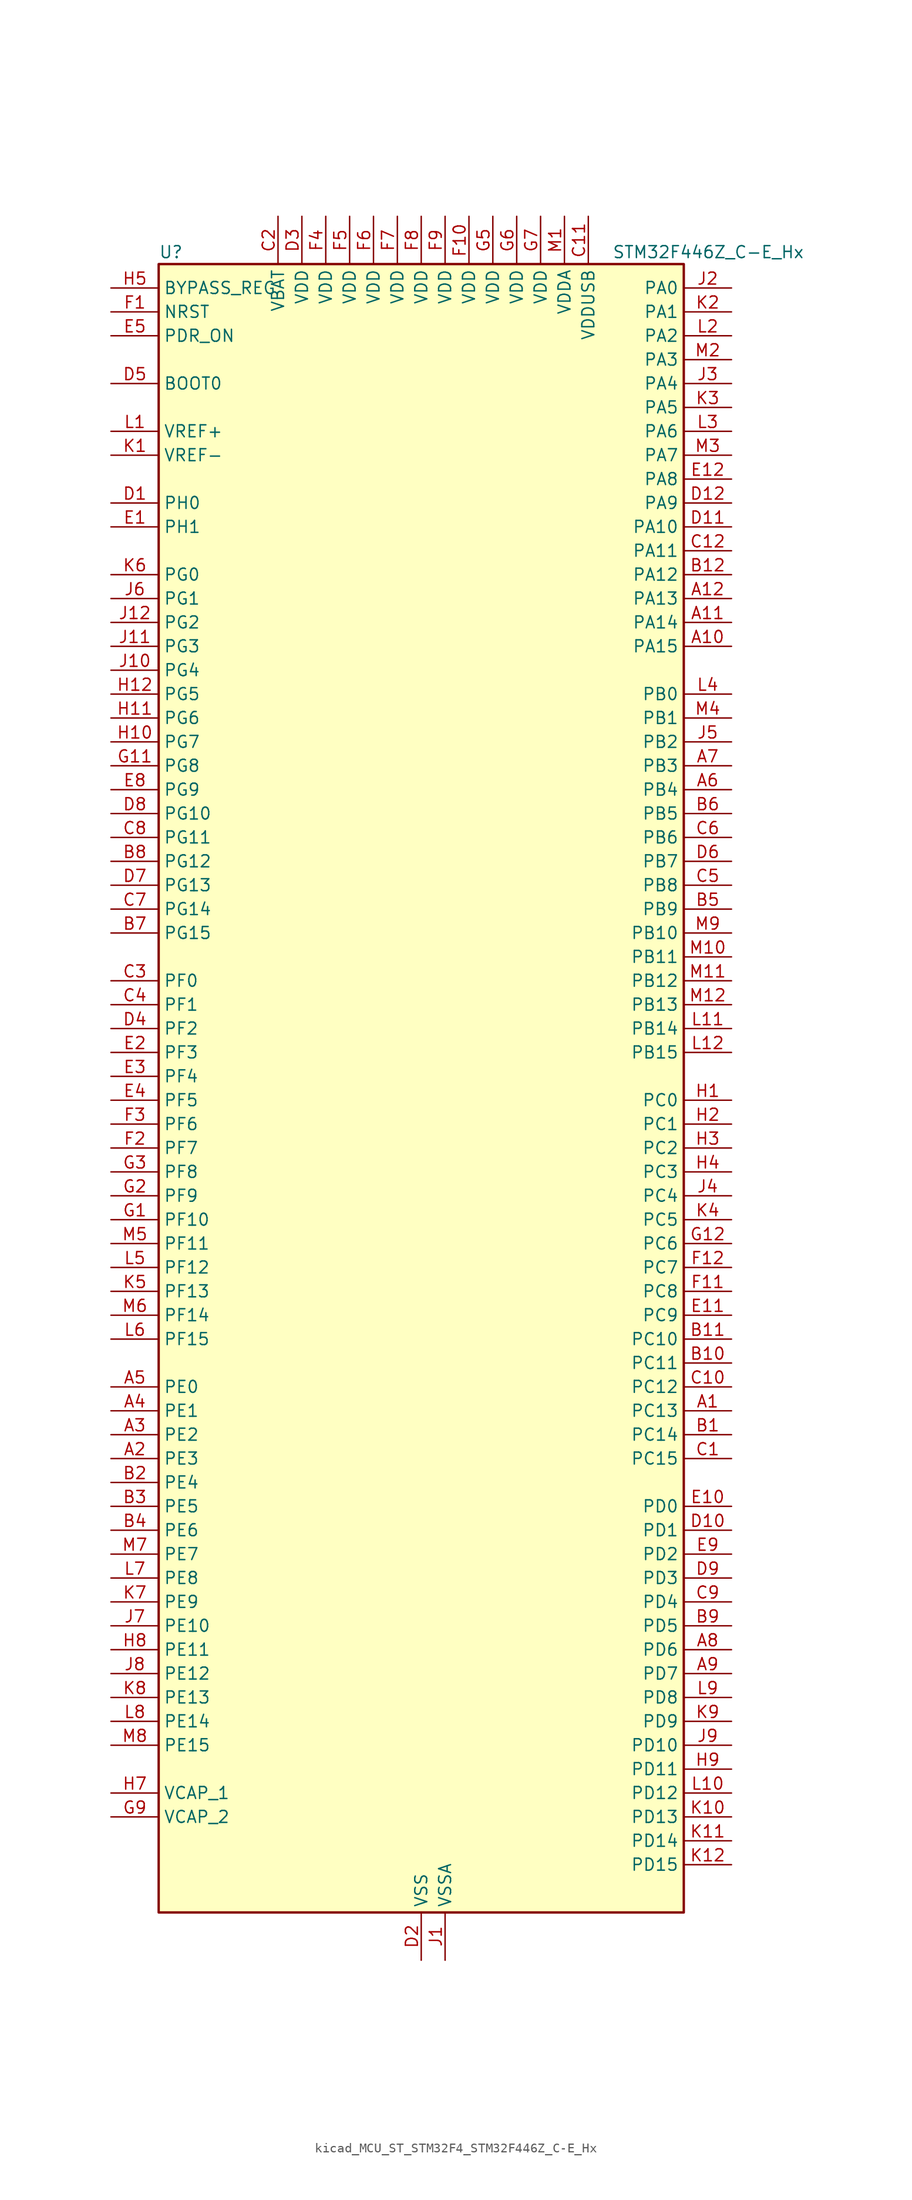
<source format=kicad_sym>
(kicad_symbol_lib
  (version 20220914)
  (generator kicad_symbol_editor)
  (symbol "kicad_MCU_ST_STM32F4_STM32F446Z_C-E_Hx"
    (property "Reference" "U"
      (at -27.94 90.17 0)
      (effects (font (size 1.27 1.27)) (justify left)))
    (property "Value" "STM32F446Z_C-E_Hx"
      (at 20.32 90.17 0)
      (effects (font (size 1.27 1.27)) (justify left)))
    (property "ki_locked" ""
      (at 0 0 0)
      (effects (font (size 1.27 1.27))))
    (symbol "kicad_MCU_ST_STM32F4_STM32F446Z_C-E_Hx_0_1"
      (rectangle (start -27.94 -86.36) (end 27.94 88.9) (stroke (width 0.254) (type default)) (fill (type background))))
    (symbol "kicad_MCU_ST_STM32F4_STM32F446Z_C-E_Hx_1_1"
      (pin bidirectional line (at 33.02 -33.02 180) (length 5.08) (name "PC13" (effects (font (size 1.27 1.27)))) (number "A1" (effects (font (size 1.27 1.27)))) (alternate "RTC_AF1" bidirectional line) (alternate "SYS_WKUP1" bidirectional line))
      (pin bidirectional line (at 33.02 48.26 180) (length 5.08) (name "PA15" (effects (font (size 1.27 1.27)))) (number "A10" (effects (font (size 1.27 1.27)))) (alternate "ADC1_EXTI15" bidirectional line) (alternate "ADC2_EXTI15" bidirectional line) (alternate "ADC3_EXTI15" bidirectional line) (alternate "CEC" bidirectional line) (alternate "I2S1_WS" bidirectional line) (alternate "I2S3_WS" bidirectional line) (alternate "SPI1_NSS" bidirectional line) (alternate "SPI3_NSS" bidirectional line) (alternate "SYS_JTDI" bidirectional line) (alternate "TIM2_CH1" bidirectional line) (alternate "TIM2_ETR" bidirectional line) (alternate "UART4_RTS" bidirectional line))
      (pin bidirectional line (at 33.02 50.8 180) (length 5.08) (name "PA14" (effects (font (size 1.27 1.27)))) (number "A11" (effects (font (size 1.27 1.27)))) (alternate "SYS_JTCK-SWCLK" bidirectional line))
      (pin bidirectional line (at 33.02 53.34 180) (length 5.08) (name "PA13" (effects (font (size 1.27 1.27)))) (number "A12" (effects (font (size 1.27 1.27)))) (alternate "SYS_JTMS-SWDIO" bidirectional line))
      (pin bidirectional line (at -33.02 -38.1 0) (length 5.08) (name "PE3" (effects (font (size 1.27 1.27)))) (number "A2" (effects (font (size 1.27 1.27)))) (alternate "FMC_A19" bidirectional line) (alternate "SAI1_SD_B" bidirectional line) (alternate "SYS_TRACED0" bidirectional line))
      (pin bidirectional line (at -33.02 -35.56 0) (length 5.08) (name "PE2" (effects (font (size 1.27 1.27)))) (number "A3" (effects (font (size 1.27 1.27)))) (alternate "FMC_A23" bidirectional line) (alternate "QUADSPI_BK1_IO2" bidirectional line) (alternate "SAI1_MCLK_A" bidirectional line) (alternate "SPI4_SCK" bidirectional line) (alternate "SYS_TRACECLK" bidirectional line))
      (pin bidirectional line (at -33.02 -33.02 0) (length 5.08) (name "PE1" (effects (font (size 1.27 1.27)))) (number "A4" (effects (font (size 1.27 1.27)))) (alternate "DCMI_D3" bidirectional line) (alternate "FMC_NBL1" bidirectional line))
      (pin bidirectional line (at -33.02 -30.48 0) (length 5.08) (name "PE0" (effects (font (size 1.27 1.27)))) (number "A5" (effects (font (size 1.27 1.27)))) (alternate "DCMI_D2" bidirectional line) (alternate "FMC_NBL0" bidirectional line) (alternate "SAI2_MCLK_A" bidirectional line) (alternate "TIM4_ETR" bidirectional line))
      (pin bidirectional line (at 33.02 33.02 180) (length 5.08) (name "PB4" (effects (font (size 1.27 1.27)))) (number "A6" (effects (font (size 1.27 1.27)))) (alternate "I2C3_SDA" bidirectional line) (alternate "I2S2_WS" bidirectional line) (alternate "SPI1_MISO" bidirectional line) (alternate "SPI2_NSS" bidirectional line) (alternate "SPI3_MISO" bidirectional line) (alternate "SYS_JTRST" bidirectional line) (alternate "TIM3_CH1" bidirectional line))
      (pin bidirectional line (at 33.02 35.56 180) (length 5.08) (name "PB3" (effects (font (size 1.27 1.27)))) (number "A7" (effects (font (size 1.27 1.27)))) (alternate "I2C2_SDA" bidirectional line) (alternate "I2S1_CK" bidirectional line) (alternate "I2S3_CK" bidirectional line) (alternate "SPI1_SCK" bidirectional line) (alternate "SPI3_SCK" bidirectional line) (alternate "SYS_JTDO-SWO" bidirectional line) (alternate "TIM2_CH2" bidirectional line))
      (pin bidirectional line (at 33.02 -58.42 180) (length 5.08) (name "PD6" (effects (font (size 1.27 1.27)))) (number "A8" (effects (font (size 1.27 1.27)))) (alternate "DCMI_D10" bidirectional line) (alternate "FMC_NWAIT" bidirectional line) (alternate "I2S3_SD" bidirectional line) (alternate "SAI1_SD_A" bidirectional line) (alternate "SPI3_MOSI" bidirectional line) (alternate "USART2_RX" bidirectional line))
      (pin bidirectional line (at 33.02 -60.96 180) (length 5.08) (name "PD7" (effects (font (size 1.27 1.27)))) (number "A9" (effects (font (size 1.27 1.27)))) (alternate "FMC_NE1" bidirectional line) (alternate "SPDIFRX_IN0" bidirectional line) (alternate "USART2_CK" bidirectional line))
      (pin bidirectional line (at 33.02 -35.56 180) (length 5.08) (name "PC14" (effects (font (size 1.27 1.27)))) (number "B1" (effects (font (size 1.27 1.27)))) (alternate "RCC_OSC32_IN" bidirectional line))
      (pin bidirectional line (at 33.02 -27.94 180) (length 5.08) (name "PC11" (effects (font (size 1.27 1.27)))) (number "B10" (effects (font (size 1.27 1.27)))) (alternate "ADC1_EXTI11" bidirectional line) (alternate "ADC2_EXTI11" bidirectional line) (alternate "ADC3_EXTI11" bidirectional line) (alternate "DCMI_D4" bidirectional line) (alternate "QUADSPI_BK2_NCS" bidirectional line) (alternate "SDIO_D3" bidirectional line) (alternate "SPI3_MISO" bidirectional line) (alternate "UART4_RX" bidirectional line) (alternate "USART3_RX" bidirectional line))
      (pin bidirectional line (at 33.02 -25.4 180) (length 5.08) (name "PC10" (effects (font (size 1.27 1.27)))) (number "B11" (effects (font (size 1.27 1.27)))) (alternate "DCMI_D8" bidirectional line) (alternate "I2S3_CK" bidirectional line) (alternate "QUADSPI_BK1_IO1" bidirectional line) (alternate "SDIO_D2" bidirectional line) (alternate "SPI3_SCK" bidirectional line) (alternate "UART4_TX" bidirectional line) (alternate "USART3_TX" bidirectional line))
      (pin bidirectional line (at 33.02 55.88 180) (length 5.08) (name "PA12" (effects (font (size 1.27 1.27)))) (number "B12" (effects (font (size 1.27 1.27)))) (alternate "CAN1_TX" bidirectional line) (alternate "SAI2_FS_B" bidirectional line) (alternate "TIM1_ETR" bidirectional line) (alternate "USART1_RTS" bidirectional line) (alternate "USB_OTG_FS_DP" bidirectional line))
      (pin bidirectional line (at -33.02 -40.64 0) (length 5.08) (name "PE4" (effects (font (size 1.27 1.27)))) (number "B2" (effects (font (size 1.27 1.27)))) (alternate "DCMI_D4" bidirectional line) (alternate "FMC_A20" bidirectional line) (alternate "SAI1_FS_A" bidirectional line) (alternate "SPI4_NSS" bidirectional line) (alternate "SYS_TRACED1" bidirectional line))
      (pin bidirectional line (at -33.02 -43.18 0) (length 5.08) (name "PE5" (effects (font (size 1.27 1.27)))) (number "B3" (effects (font (size 1.27 1.27)))) (alternate "DCMI_D6" bidirectional line) (alternate "FMC_A21" bidirectional line) (alternate "SAI1_SCK_A" bidirectional line) (alternate "SPI4_MISO" bidirectional line) (alternate "SYS_TRACED2" bidirectional line) (alternate "TIM9_CH1" bidirectional line))
      (pin bidirectional line (at -33.02 -45.72 0) (length 5.08) (name "PE6" (effects (font (size 1.27 1.27)))) (number "B4" (effects (font (size 1.27 1.27)))) (alternate "DCMI_D7" bidirectional line) (alternate "FMC_A22" bidirectional line) (alternate "SAI1_SD_A" bidirectional line) (alternate "SPI4_MOSI" bidirectional line) (alternate "SYS_TRACED3" bidirectional line) (alternate "TIM9_CH2" bidirectional line))
      (pin bidirectional line (at 33.02 20.32 180) (length 5.08) (name "PB9" (effects (font (size 1.27 1.27)))) (number "B5" (effects (font (size 1.27 1.27)))) (alternate "CAN1_TX" bidirectional line) (alternate "DAC_EXTI9" bidirectional line) (alternate "DCMI_D7" bidirectional line) (alternate "I2C1_SDA" bidirectional line) (alternate "I2S2_WS" bidirectional line) (alternate "SAI1_FS_B" bidirectional line) (alternate "SDIO_D5" bidirectional line) (alternate "SPI2_NSS" bidirectional line) (alternate "TIM11_CH1" bidirectional line) (alternate "TIM2_CH2" bidirectional line) (alternate "TIM4_CH4" bidirectional line))
      (pin bidirectional line (at 33.02 30.48 180) (length 5.08) (name "PB5" (effects (font (size 1.27 1.27)))) (number "B6" (effects (font (size 1.27 1.27)))) (alternate "CAN2_RX" bidirectional line) (alternate "DCMI_D10" bidirectional line) (alternate "FMC_SDCKE1" bidirectional line) (alternate "I2C1_SMBA" bidirectional line) (alternate "I2S1_SD" bidirectional line) (alternate "I2S3_SD" bidirectional line) (alternate "SPI1_MOSI" bidirectional line) (alternate "SPI3_MOSI" bidirectional line) (alternate "TIM3_CH2" bidirectional line) (alternate "USB_OTG_HS_ULPI_D7" bidirectional line))
      (pin bidirectional line (at -33.02 17.78 0) (length 5.08) (name "PG15" (effects (font (size 1.27 1.27)))) (number "B7" (effects (font (size 1.27 1.27)))) (alternate "ADC1_EXTI15" bidirectional line) (alternate "ADC2_EXTI15" bidirectional line) (alternate "ADC3_EXTI15" bidirectional line) (alternate "DCMI_D13" bidirectional line) (alternate "FMC_SDNCAS" bidirectional line) (alternate "USART6_CTS" bidirectional line))
      (pin bidirectional line (at -33.02 25.4 0) (length 5.08) (name "PG12" (effects (font (size 1.27 1.27)))) (number "B8" (effects (font (size 1.27 1.27)))) (alternate "FMC_NE4" bidirectional line) (alternate "SPDIFRX_IN1" bidirectional line) (alternate "SPI4_MISO" bidirectional line) (alternate "USART6_RTS" bidirectional line))
      (pin bidirectional line (at 33.02 -55.88 180) (length 5.08) (name "PD5" (effects (font (size 1.27 1.27)))) (number "B9" (effects (font (size 1.27 1.27)))) (alternate "FMC_NWE" bidirectional line) (alternate "USART2_TX" bidirectional line))
      (pin bidirectional line (at 33.02 -38.1 180) (length 5.08) (name "PC15" (effects (font (size 1.27 1.27)))) (number "C1" (effects (font (size 1.27 1.27)))) (alternate "ADC1_EXTI15" bidirectional line) (alternate "ADC2_EXTI15" bidirectional line) (alternate "ADC3_EXTI15" bidirectional line) (alternate "RCC_OSC32_OUT" bidirectional line))
      (pin bidirectional line (at 33.02 -30.48 180) (length 5.08) (name "PC12" (effects (font (size 1.27 1.27)))) (number "C10" (effects (font (size 1.27 1.27)))) (alternate "DCMI_D9" bidirectional line) (alternate "I2C2_SDA" bidirectional line) (alternate "I2S3_SD" bidirectional line) (alternate "SDIO_CK" bidirectional line) (alternate "SPI3_MOSI" bidirectional line) (alternate "UART5_TX" bidirectional line) (alternate "USART3_CK" bidirectional line))
      (pin power_in line (at 17.78 93.98 270) (length 5.08) (name "VDDUSB" (effects (font (size 1.27 1.27)))) (number "C11" (effects (font (size 1.27 1.27)))))
      (pin bidirectional line (at 33.02 58.42 180) (length 5.08) (name "PA11" (effects (font (size 1.27 1.27)))) (number "C12" (effects (font (size 1.27 1.27)))) (alternate "ADC1_EXTI11" bidirectional line) (alternate "ADC2_EXTI11" bidirectional line) (alternate "ADC3_EXTI11" bidirectional line) (alternate "CAN1_RX" bidirectional line) (alternate "TIM1_CH4" bidirectional line) (alternate "USART1_CTS" bidirectional line) (alternate "USB_OTG_FS_DM" bidirectional line))
      (pin power_in line (at -15.24 93.98 270) (length 5.08) (name "VBAT" (effects (font (size 1.27 1.27)))) (number "C2" (effects (font (size 1.27 1.27)))))
      (pin bidirectional line (at -33.02 12.7 0) (length 5.08) (name "PF0" (effects (font (size 1.27 1.27)))) (number "C3" (effects (font (size 1.27 1.27)))) (alternate "FMC_A0" bidirectional line) (alternate "I2C2_SDA" bidirectional line))
      (pin bidirectional line (at -33.02 10.16 0) (length 5.08) (name "PF1" (effects (font (size 1.27 1.27)))) (number "C4" (effects (font (size 1.27 1.27)))) (alternate "FMC_A1" bidirectional line) (alternate "I2C2_SCL" bidirectional line))
      (pin bidirectional line (at 33.02 22.86 180) (length 5.08) (name "PB8" (effects (font (size 1.27 1.27)))) (number "C5" (effects (font (size 1.27 1.27)))) (alternate "CAN1_RX" bidirectional line) (alternate "DCMI_D6" bidirectional line) (alternate "I2C1_SCL" bidirectional line) (alternate "SDIO_D4" bidirectional line) (alternate "TIM10_CH1" bidirectional line) (alternate "TIM2_CH1" bidirectional line) (alternate "TIM2_ETR" bidirectional line) (alternate "TIM4_CH3" bidirectional line))
      (pin bidirectional line (at 33.02 27.94 180) (length 5.08) (name "PB6" (effects (font (size 1.27 1.27)))) (number "C6" (effects (font (size 1.27 1.27)))) (alternate "CAN2_TX" bidirectional line) (alternate "CEC" bidirectional line) (alternate "DCMI_D5" bidirectional line) (alternate "FMC_SDNE1" bidirectional line) (alternate "I2C1_SCL" bidirectional line) (alternate "QUADSPI_BK1_NCS" bidirectional line) (alternate "TIM4_CH1" bidirectional line) (alternate "USART1_TX" bidirectional line))
      (pin bidirectional line (at -33.02 20.32 0) (length 5.08) (name "PG14" (effects (font (size 1.27 1.27)))) (number "C7" (effects (font (size 1.27 1.27)))) (alternate "FMC_A25" bidirectional line) (alternate "QUADSPI_BK2_IO3" bidirectional line) (alternate "SPI4_NSS" bidirectional line) (alternate "SYS_TRACED3" bidirectional line) (alternate "USART6_TX" bidirectional line))
      (pin bidirectional line (at -33.02 27.94 0) (length 5.08) (name "PG11" (effects (font (size 1.27 1.27)))) (number "C8" (effects (font (size 1.27 1.27)))) (alternate "ADC1_EXTI11" bidirectional line) (alternate "ADC2_EXTI11" bidirectional line) (alternate "ADC3_EXTI11" bidirectional line) (alternate "DCMI_D3" bidirectional line) (alternate "SPDIFRX_IN0" bidirectional line) (alternate "SPI4_SCK" bidirectional line))
      (pin bidirectional line (at 33.02 -53.34 180) (length 5.08) (name "PD4" (effects (font (size 1.27 1.27)))) (number "C9" (effects (font (size 1.27 1.27)))) (alternate "FMC_NOE" bidirectional line) (alternate "USART2_RTS" bidirectional line))
      (pin bidirectional line (at -33.02 63.5 0) (length 5.08) (name "PH0" (effects (font (size 1.27 1.27)))) (number "D1" (effects (font (size 1.27 1.27)))) (alternate "RCC_OSC_IN" bidirectional line))
      (pin bidirectional line (at 33.02 -45.72 180) (length 5.08) (name "PD1" (effects (font (size 1.27 1.27)))) (number "D10" (effects (font (size 1.27 1.27)))) (alternate "CAN1_TX" bidirectional line) (alternate "FMC_D3" bidirectional line) (alternate "FMC_DA3" bidirectional line) (alternate "I2S2_WS" bidirectional line) (alternate "SPI2_NSS" bidirectional line))
      (pin bidirectional line (at 33.02 60.96 180) (length 5.08) (name "PA10" (effects (font (size 1.27 1.27)))) (number "D11" (effects (font (size 1.27 1.27)))) (alternate "DCMI_D1" bidirectional line) (alternate "TIM1_CH3" bidirectional line) (alternate "USART1_RX" bidirectional line) (alternate "USB_OTG_FS_ID" bidirectional line))
      (pin bidirectional line (at 33.02 63.5 180) (length 5.08) (name "PA9" (effects (font (size 1.27 1.27)))) (number "D12" (effects (font (size 1.27 1.27)))) (alternate "DAC_EXTI9" bidirectional line) (alternate "DCMI_D0" bidirectional line) (alternate "I2C3_SMBA" bidirectional line) (alternate "I2S2_CK" bidirectional line) (alternate "SAI1_SD_B" bidirectional line) (alternate "SPI2_SCK" bidirectional line) (alternate "TIM1_CH2" bidirectional line) (alternate "USART1_TX" bidirectional line) (alternate "USB_OTG_FS_VBUS" bidirectional line))
      (pin power_in line (at 0 -91.44 90) (length 5.08) (name "VSS" (effects (font (size 1.27 1.27)))) (number "D2" (effects (font (size 1.27 1.27)))))
      (pin power_in line (at -12.7 93.98 270) (length 5.08) (name "VDD" (effects (font (size 1.27 1.27)))) (number "D3" (effects (font (size 1.27 1.27)))))
      (pin bidirectional line (at -33.02 7.62 0) (length 5.08) (name "PF2" (effects (font (size 1.27 1.27)))) (number "D4" (effects (font (size 1.27 1.27)))) (alternate "FMC_A2" bidirectional line) (alternate "I2C2_SMBA" bidirectional line))
      (pin input line (at -33.02 76.2 0) (length 5.08) (name "BOOT0" (effects (font (size 1.27 1.27)))) (number "D5" (effects (font (size 1.27 1.27)))))
      (pin bidirectional line (at 33.02 25.4 180) (length 5.08) (name "PB7" (effects (font (size 1.27 1.27)))) (number "D6" (effects (font (size 1.27 1.27)))) (alternate "DCMI_VSYNC" bidirectional line) (alternate "FMC_NL" bidirectional line) (alternate "I2C1_SDA" bidirectional line) (alternate "SPDIFRX_IN0" bidirectional line) (alternate "TIM4_CH2" bidirectional line) (alternate "USART1_RX" bidirectional line))
      (pin bidirectional line (at -33.02 22.86 0) (length 5.08) (name "PG13" (effects (font (size 1.27 1.27)))) (number "D7" (effects (font (size 1.27 1.27)))) (alternate "FMC_A24" bidirectional line) (alternate "SPI4_MOSI" bidirectional line) (alternate "SYS_TRACED2" bidirectional line) (alternate "USART6_CTS" bidirectional line))
      (pin bidirectional line (at -33.02 30.48 0) (length 5.08) (name "PG10" (effects (font (size 1.27 1.27)))) (number "D8" (effects (font (size 1.27 1.27)))) (alternate "DCMI_D2" bidirectional line) (alternate "FMC_NE3" bidirectional line) (alternate "SAI2_SD_B" bidirectional line))
      (pin bidirectional line (at 33.02 -50.8 180) (length 5.08) (name "PD3" (effects (font (size 1.27 1.27)))) (number "D9" (effects (font (size 1.27 1.27)))) (alternate "DCMI_D5" bidirectional line) (alternate "FMC_CLK" bidirectional line) (alternate "I2S2_CK" bidirectional line) (alternate "QUADSPI_CLK" bidirectional line) (alternate "SPI2_SCK" bidirectional line) (alternate "SYS_TRACED1" bidirectional line) (alternate "USART2_CTS" bidirectional line))
      (pin bidirectional line (at -33.02 60.96 0) (length 5.08) (name "PH1" (effects (font (size 1.27 1.27)))) (number "E1" (effects (font (size 1.27 1.27)))) (alternate "RCC_OSC_OUT" bidirectional line))
      (pin bidirectional line (at 33.02 -43.18 180) (length 5.08) (name "PD0" (effects (font (size 1.27 1.27)))) (number "E10" (effects (font (size 1.27 1.27)))) (alternate "CAN1_RX" bidirectional line) (alternate "FMC_D2" bidirectional line) (alternate "FMC_DA2" bidirectional line) (alternate "I2S3_SD" bidirectional line) (alternate "SPI3_MOSI" bidirectional line) (alternate "SPI4_MISO" bidirectional line))
      (pin bidirectional line (at 33.02 -22.86 180) (length 5.08) (name "PC9" (effects (font (size 1.27 1.27)))) (number "E11" (effects (font (size 1.27 1.27)))) (alternate "DAC_EXTI9" bidirectional line) (alternate "DCMI_D3" bidirectional line) (alternate "I2C3_SDA" bidirectional line) (alternate "I2S_CKIN" bidirectional line) (alternate "QUADSPI_BK1_IO0" bidirectional line) (alternate "RCC_MCO_2" bidirectional line) (alternate "SDIO_D1" bidirectional line) (alternate "TIM3_CH4" bidirectional line) (alternate "TIM8_CH4" bidirectional line) (alternate "UART5_CTS" bidirectional line))
      (pin bidirectional line (at 33.02 66.04 180) (length 5.08) (name "PA8" (effects (font (size 1.27 1.27)))) (number "E12" (effects (font (size 1.27 1.27)))) (alternate "I2C3_SCL" bidirectional line) (alternate "RCC_MCO_1" bidirectional line) (alternate "TIM1_CH1" bidirectional line) (alternate "USART1_CK" bidirectional line) (alternate "USB_OTG_FS_SOF" bidirectional line))
      (pin bidirectional line (at -33.02 5.08 0) (length 5.08) (name "PF3" (effects (font (size 1.27 1.27)))) (number "E2" (effects (font (size 1.27 1.27)))) (alternate "ADC3_IN9" bidirectional line) (alternate "FMC_A3" bidirectional line))
      (pin bidirectional line (at -33.02 2.54 0) (length 5.08) (name "PF4" (effects (font (size 1.27 1.27)))) (number "E3" (effects (font (size 1.27 1.27)))) (alternate "ADC3_IN14" bidirectional line) (alternate "FMC_A4" bidirectional line))
      (pin bidirectional line (at -33.02 0 0) (length 5.08) (name "PF5" (effects (font (size 1.27 1.27)))) (number "E4" (effects (font (size 1.27 1.27)))) (alternate "ADC3_IN15" bidirectional line) (alternate "FMC_A5" bidirectional line))
      (pin input line (at -33.02 81.28 0) (length 5.08) (name "PDR_ON" (effects (font (size 1.27 1.27)))) (number "E5" (effects (font (size 1.27 1.27)))))
      (pin passive line (at 0 -91.44 90) (length 5.08) hide (name "VSS" (effects (font (size 1.27 1.27)))) (number "E6" (effects (font (size 1.27 1.27)))))
      (pin passive line (at 0 -91.44 90) (length 5.08) hide (name "VSS" (effects (font (size 1.27 1.27)))) (number "E7" (effects (font (size 1.27 1.27)))))
      (pin bidirectional line (at -33.02 33.02 0) (length 5.08) (name "PG9" (effects (font (size 1.27 1.27)))) (number "E8" (effects (font (size 1.27 1.27)))) (alternate "DAC_EXTI9" bidirectional line) (alternate "DCMI_VSYNC" bidirectional line) (alternate "FMC_NCE3" bidirectional line) (alternate "FMC_NE2" bidirectional line) (alternate "QUADSPI_BK2_IO2" bidirectional line) (alternate "SAI2_FS_B" bidirectional line) (alternate "SPDIFRX_IN3" bidirectional line) (alternate "USART6_RX" bidirectional line))
      (pin bidirectional line (at 33.02 -48.26 180) (length 5.08) (name "PD2" (effects (font (size 1.27 1.27)))) (number "E9" (effects (font (size 1.27 1.27)))) (alternate "DCMI_D11" bidirectional line) (alternate "SDIO_CMD" bidirectional line) (alternate "TIM3_ETR" bidirectional line) (alternate "UART5_RX" bidirectional line))
      (pin input line (at -33.02 83.82 0) (length 5.08) (name "NRST" (effects (font (size 1.27 1.27)))) (number "F1" (effects (font (size 1.27 1.27)))))
      (pin power_in line (at 5.08 93.98 270) (length 5.08) (name "VDD" (effects (font (size 1.27 1.27)))) (number "F10" (effects (font (size 1.27 1.27)))))
      (pin bidirectional line (at 33.02 -20.32 180) (length 5.08) (name "PC8" (effects (font (size 1.27 1.27)))) (number "F11" (effects (font (size 1.27 1.27)))) (alternate "DCMI_D2" bidirectional line) (alternate "SDIO_D0" bidirectional line) (alternate "SYS_TRACED0" bidirectional line) (alternate "TIM3_CH3" bidirectional line) (alternate "TIM8_CH3" bidirectional line) (alternate "UART5_RTS" bidirectional line) (alternate "USART6_CK" bidirectional line))
      (pin bidirectional line (at 33.02 -17.78 180) (length 5.08) (name "PC7" (effects (font (size 1.27 1.27)))) (number "F12" (effects (font (size 1.27 1.27)))) (alternate "DCMI_D1" bidirectional line) (alternate "FMPI2C1_SDA" bidirectional line) (alternate "I2S2_CK" bidirectional line) (alternate "I2S3_MCK" bidirectional line) (alternate "SDIO_D7" bidirectional line) (alternate "SPDIFRX_IN1" bidirectional line) (alternate "SPI2_SCK" bidirectional line) (alternate "TIM3_CH2" bidirectional line) (alternate "TIM8_CH2" bidirectional line) (alternate "USART6_RX" bidirectional line))
      (pin bidirectional line (at -33.02 -5.08 0) (length 5.08) (name "PF7" (effects (font (size 1.27 1.27)))) (number "F2" (effects (font (size 1.27 1.27)))) (alternate "ADC3_IN5" bidirectional line) (alternate "QUADSPI_BK1_IO2" bidirectional line) (alternate "SAI1_MCLK_B" bidirectional line) (alternate "TIM11_CH1" bidirectional line))
      (pin bidirectional line (at -33.02 -2.54 0) (length 5.08) (name "PF6" (effects (font (size 1.27 1.27)))) (number "F3" (effects (font (size 1.27 1.27)))) (alternate "ADC3_IN4" bidirectional line) (alternate "QUADSPI_BK1_IO3" bidirectional line) (alternate "SAI1_SD_B" bidirectional line) (alternate "TIM10_CH1" bidirectional line))
      (pin power_in line (at -10.16 93.98 270) (length 5.08) (name "VDD" (effects (font (size 1.27 1.27)))) (number "F4" (effects (font (size 1.27 1.27)))))
      (pin power_in line (at -7.62 93.98 270) (length 5.08) (name "VDD" (effects (font (size 1.27 1.27)))) (number "F5" (effects (font (size 1.27 1.27)))))
      (pin power_in line (at -5.08 93.98 270) (length 5.08) (name "VDD" (effects (font (size 1.27 1.27)))) (number "F6" (effects (font (size 1.27 1.27)))))
      (pin power_in line (at -2.54 93.98 270) (length 5.08) (name "VDD" (effects (font (size 1.27 1.27)))) (number "F7" (effects (font (size 1.27 1.27)))))
      (pin power_in line (at 0 93.98 270) (length 5.08) (name "VDD" (effects (font (size 1.27 1.27)))) (number "F8" (effects (font (size 1.27 1.27)))))
      (pin power_in line (at 2.54 93.98 270) (length 5.08) (name "VDD" (effects (font (size 1.27 1.27)))) (number "F9" (effects (font (size 1.27 1.27)))))
      (pin bidirectional line (at -33.02 -12.7 0) (length 5.08) (name "PF10" (effects (font (size 1.27 1.27)))) (number "G1" (effects (font (size 1.27 1.27)))) (alternate "ADC3_IN8" bidirectional line) (alternate "DCMI_D11" bidirectional line))
      (pin passive line (at 0 -91.44 90) (length 5.08) hide (name "VSS" (effects (font (size 1.27 1.27)))) (number "G10" (effects (font (size 1.27 1.27)))))
      (pin bidirectional line (at -33.02 35.56 0) (length 5.08) (name "PG8" (effects (font (size 1.27 1.27)))) (number "G11" (effects (font (size 1.27 1.27)))) (alternate "FMC_SDCLK" bidirectional line) (alternate "SPDIFRX_IN2" bidirectional line) (alternate "USART6_RTS" bidirectional line))
      (pin bidirectional line (at 33.02 -15.24 180) (length 5.08) (name "PC6" (effects (font (size 1.27 1.27)))) (number "G12" (effects (font (size 1.27 1.27)))) (alternate "DCMI_D0" bidirectional line) (alternate "FMPI2C1_SCL" bidirectional line) (alternate "I2S2_MCK" bidirectional line) (alternate "SDIO_D6" bidirectional line) (alternate "TIM3_CH1" bidirectional line) (alternate "TIM8_CH1" bidirectional line) (alternate "USART6_TX" bidirectional line))
      (pin bidirectional line (at -33.02 -10.16 0) (length 5.08) (name "PF9" (effects (font (size 1.27 1.27)))) (number "G2" (effects (font (size 1.27 1.27)))) (alternate "ADC3_IN7" bidirectional line) (alternate "DAC_EXTI9" bidirectional line) (alternate "QUADSPI_BK1_IO1" bidirectional line) (alternate "SAI1_FS_B" bidirectional line) (alternate "TIM14_CH1" bidirectional line))
      (pin bidirectional line (at -33.02 -7.62 0) (length 5.08) (name "PF8" (effects (font (size 1.27 1.27)))) (number "G3" (effects (font (size 1.27 1.27)))) (alternate "ADC3_IN6" bidirectional line) (alternate "QUADSPI_BK1_IO0" bidirectional line) (alternate "SAI1_SCK_B" bidirectional line) (alternate "TIM13_CH1" bidirectional line))
      (pin passive line (at 0 -91.44 90) (length 5.08) hide (name "VSS" (effects (font (size 1.27 1.27)))) (number "G4" (effects (font (size 1.27 1.27)))))
      (pin power_in line (at 7.62 93.98 270) (length 5.08) (name "VDD" (effects (font (size 1.27 1.27)))) (number "G5" (effects (font (size 1.27 1.27)))))
      (pin power_in line (at 10.16 93.98 270) (length 5.08) (name "VDD" (effects (font (size 1.27 1.27)))) (number "G6" (effects (font (size 1.27 1.27)))))
      (pin power_in line (at 12.7 93.98 270) (length 5.08) (name "VDD" (effects (font (size 1.27 1.27)))) (number "G7" (effects (font (size 1.27 1.27)))))
      (pin passive line (at 0 -91.44 90) (length 5.08) hide (name "VSS" (effects (font (size 1.27 1.27)))) (number "G8" (effects (font (size 1.27 1.27)))))
      (pin power_out line (at -33.02 -76.2 0) (length 5.08) (name "VCAP_2" (effects (font (size 1.27 1.27)))) (number "G9" (effects (font (size 1.27 1.27)))))
      (pin bidirectional line (at 33.02 0 180) (length 5.08) (name "PC0" (effects (font (size 1.27 1.27)))) (number "H1" (effects (font (size 1.27 1.27)))) (alternate "ADC1_IN10" bidirectional line) (alternate "ADC2_IN10" bidirectional line) (alternate "ADC3_IN10" bidirectional line) (alternate "FMC_SDNWE" bidirectional line) (alternate "SAI1_MCLK_B" bidirectional line) (alternate "USB_OTG_HS_ULPI_STP" bidirectional line))
      (pin bidirectional line (at -33.02 38.1 0) (length 5.08) (name "PG7" (effects (font (size 1.27 1.27)))) (number "H10" (effects (font (size 1.27 1.27)))) (alternate "DCMI_D13" bidirectional line) (alternate "FMC_INT3" bidirectional line) (alternate "USART6_CK" bidirectional line))
      (pin bidirectional line (at -33.02 40.64 0) (length 5.08) (name "PG6" (effects (font (size 1.27 1.27)))) (number "H11" (effects (font (size 1.27 1.27)))) (alternate "DCMI_D12" bidirectional line) (alternate "QUADSPI_BK1_NCS" bidirectional line))
      (pin bidirectional line (at -33.02 43.18 0) (length 5.08) (name "PG5" (effects (font (size 1.27 1.27)))) (number "H12" (effects (font (size 1.27 1.27)))) (alternate "FMC_A15" bidirectional line) (alternate "FMC_BA1" bidirectional line))
      (pin bidirectional line (at 33.02 -2.54 180) (length 5.08) (name "PC1" (effects (font (size 1.27 1.27)))) (number "H2" (effects (font (size 1.27 1.27)))) (alternate "ADC1_IN11" bidirectional line) (alternate "ADC2_IN11" bidirectional line) (alternate "ADC3_IN11" bidirectional line) (alternate "I2S2_SD" bidirectional line) (alternate "I2S3_SD" bidirectional line) (alternate "SAI1_SD_A" bidirectional line) (alternate "SPI2_MOSI" bidirectional line) (alternate "SPI3_MOSI" bidirectional line))
      (pin bidirectional line (at 33.02 -5.08 180) (length 5.08) (name "PC2" (effects (font (size 1.27 1.27)))) (number "H3" (effects (font (size 1.27 1.27)))) (alternate "ADC1_IN12" bidirectional line) (alternate "ADC2_IN12" bidirectional line) (alternate "ADC3_IN12" bidirectional line) (alternate "FMC_SDNE0" bidirectional line) (alternate "SPI2_MISO" bidirectional line) (alternate "USB_OTG_HS_ULPI_DIR" bidirectional line))
      (pin bidirectional line (at 33.02 -7.62 180) (length 5.08) (name "PC3" (effects (font (size 1.27 1.27)))) (number "H4" (effects (font (size 1.27 1.27)))) (alternate "ADC1_IN13" bidirectional line) (alternate "ADC2_IN13" bidirectional line) (alternate "ADC3_IN13" bidirectional line) (alternate "FMC_SDCKE0" bidirectional line) (alternate "I2S2_SD" bidirectional line) (alternate "SPI2_MOSI" bidirectional line) (alternate "USB_OTG_HS_ULPI_NXT" bidirectional line))
      (pin input line (at -33.02 86.36 0) (length 5.08) (name "BYPASS_REG" (effects (font (size 1.27 1.27)))) (number "H5" (effects (font (size 1.27 1.27)))))
      (pin passive line (at 0 -91.44 90) (length 5.08) hide (name "VSS" (effects (font (size 1.27 1.27)))) (number "H6" (effects (font (size 1.27 1.27)))))
      (pin power_out line (at -33.02 -73.66 0) (length 5.08) (name "VCAP_1" (effects (font (size 1.27 1.27)))) (number "H7" (effects (font (size 1.27 1.27)))))
      (pin bidirectional line (at -33.02 -58.42 0) (length 5.08) (name "PE11" (effects (font (size 1.27 1.27)))) (number "H8" (effects (font (size 1.27 1.27)))) (alternate "ADC1_EXTI11" bidirectional line) (alternate "ADC2_EXTI11" bidirectional line) (alternate "ADC3_EXTI11" bidirectional line) (alternate "FMC_D8" bidirectional line) (alternate "FMC_DA8" bidirectional line) (alternate "SAI2_SD_B" bidirectional line) (alternate "SPI4_NSS" bidirectional line) (alternate "TIM1_CH2" bidirectional line))
      (pin bidirectional line (at 33.02 -71.12 180) (length 5.08) (name "PD11" (effects (font (size 1.27 1.27)))) (number "H9" (effects (font (size 1.27 1.27)))) (alternate "ADC1_EXTI11" bidirectional line) (alternate "ADC2_EXTI11" bidirectional line) (alternate "ADC3_EXTI11" bidirectional line) (alternate "FMC_A16" bidirectional line) (alternate "FMC_CLE" bidirectional line) (alternate "FMPI2C1_SMBA" bidirectional line) (alternate "QUADSPI_BK1_IO0" bidirectional line) (alternate "SAI2_SD_A" bidirectional line) (alternate "USART3_CTS" bidirectional line))
      (pin power_in line (at 2.54 -91.44 90) (length 5.08) (name "VSSA" (effects (font (size 1.27 1.27)))) (number "J1" (effects (font (size 1.27 1.27)))))
      (pin bidirectional line (at -33.02 45.72 0) (length 5.08) (name "PG4" (effects (font (size 1.27 1.27)))) (number "J10" (effects (font (size 1.27 1.27)))) (alternate "FMC_A14" bidirectional line) (alternate "FMC_BA0" bidirectional line))
      (pin bidirectional line (at -33.02 48.26 0) (length 5.08) (name "PG3" (effects (font (size 1.27 1.27)))) (number "J11" (effects (font (size 1.27 1.27)))) (alternate "FMC_A13" bidirectional line))
      (pin bidirectional line (at -33.02 50.8 0) (length 5.08) (name "PG2" (effects (font (size 1.27 1.27)))) (number "J12" (effects (font (size 1.27 1.27)))) (alternate "FMC_A12" bidirectional line))
      (pin bidirectional line (at 33.02 86.36 180) (length 5.08) (name "PA0" (effects (font (size 1.27 1.27)))) (number "J2" (effects (font (size 1.27 1.27)))) (alternate "ADC1_IN0" bidirectional line) (alternate "ADC2_IN0" bidirectional line) (alternate "ADC3_IN0" bidirectional line) (alternate "RTC_AF2" bidirectional line) (alternate "SYS_WKUP0" bidirectional line) (alternate "TIM2_CH1" bidirectional line) (alternate "TIM2_ETR" bidirectional line) (alternate "TIM5_CH1" bidirectional line) (alternate "TIM8_ETR" bidirectional line) (alternate "UART4_TX" bidirectional line) (alternate "USART2_CTS" bidirectional line))
      (pin bidirectional line (at 33.02 76.2 180) (length 5.08) (name "PA4" (effects (font (size 1.27 1.27)))) (number "J3" (effects (font (size 1.27 1.27)))) (alternate "ADC1_IN4" bidirectional line) (alternate "ADC2_IN4" bidirectional line) (alternate "DAC_OUT1" bidirectional line) (alternate "DCMI_HSYNC" bidirectional line) (alternate "I2S1_WS" bidirectional line) (alternate "I2S3_WS" bidirectional line) (alternate "SPI1_NSS" bidirectional line) (alternate "SPI3_NSS" bidirectional line) (alternate "USART2_CK" bidirectional line) (alternate "USB_OTG_HS_SOF" bidirectional line))
      (pin bidirectional line (at 33.02 -10.16 180) (length 5.08) (name "PC4" (effects (font (size 1.27 1.27)))) (number "J4" (effects (font (size 1.27 1.27)))) (alternate "ADC1_IN14" bidirectional line) (alternate "ADC2_IN14" bidirectional line) (alternate "FMC_SDNE0" bidirectional line) (alternate "I2S1_MCK" bidirectional line) (alternate "SPDIFRX_IN2" bidirectional line))
      (pin bidirectional line (at 33.02 38.1 180) (length 5.08) (name "PB2" (effects (font (size 1.27 1.27)))) (number "J5" (effects (font (size 1.27 1.27)))) (alternate "I2S3_SD" bidirectional line) (alternate "QUADSPI_CLK" bidirectional line) (alternate "SAI1_SD_A" bidirectional line) (alternate "SDIO_CK" bidirectional line) (alternate "SPI3_MOSI" bidirectional line) (alternate "TIM2_CH4" bidirectional line) (alternate "USB_OTG_HS_ULPI_D4" bidirectional line))
      (pin bidirectional line (at -33.02 53.34 0) (length 5.08) (name "PG1" (effects (font (size 1.27 1.27)))) (number "J6" (effects (font (size 1.27 1.27)))) (alternate "FMC_A11" bidirectional line))
      (pin bidirectional line (at -33.02 -55.88 0) (length 5.08) (name "PE10" (effects (font (size 1.27 1.27)))) (number "J7" (effects (font (size 1.27 1.27)))) (alternate "FMC_D7" bidirectional line) (alternate "FMC_DA7" bidirectional line) (alternate "QUADSPI_BK2_IO3" bidirectional line) (alternate "TIM1_CH2N" bidirectional line))
      (pin bidirectional line (at -33.02 -60.96 0) (length 5.08) (name "PE12" (effects (font (size 1.27 1.27)))) (number "J8" (effects (font (size 1.27 1.27)))) (alternate "FMC_D9" bidirectional line) (alternate "FMC_DA9" bidirectional line) (alternate "SAI2_SCK_B" bidirectional line) (alternate "SPI4_SCK" bidirectional line) (alternate "TIM1_CH3N" bidirectional line))
      (pin bidirectional line (at 33.02 -68.58 180) (length 5.08) (name "PD10" (effects (font (size 1.27 1.27)))) (number "J9" (effects (font (size 1.27 1.27)))) (alternate "FMC_D15" bidirectional line) (alternate "FMC_DA15" bidirectional line) (alternate "USART3_CK" bidirectional line))
      (pin input line (at -33.02 68.58 0) (length 5.08) (name "VREF-" (effects (font (size 1.27 1.27)))) (number "K1" (effects (font (size 1.27 1.27)))))
      (pin bidirectional line (at 33.02 -76.2 180) (length 5.08) (name "PD13" (effects (font (size 1.27 1.27)))) (number "K10" (effects (font (size 1.27 1.27)))) (alternate "FMC_A18" bidirectional line) (alternate "FMPI2C1_SDA" bidirectional line) (alternate "QUADSPI_BK1_IO3" bidirectional line) (alternate "SAI2_SCK_A" bidirectional line) (alternate "TIM4_CH2" bidirectional line))
      (pin bidirectional line (at 33.02 -78.74 180) (length 5.08) (name "PD14" (effects (font (size 1.27 1.27)))) (number "K11" (effects (font (size 1.27 1.27)))) (alternate "FMC_D0" bidirectional line) (alternate "FMC_DA0" bidirectional line) (alternate "FMPI2C1_SCL" bidirectional line) (alternate "SAI2_SCK_A" bidirectional line) (alternate "TIM4_CH3" bidirectional line))
      (pin bidirectional line (at 33.02 -81.28 180) (length 5.08) (name "PD15" (effects (font (size 1.27 1.27)))) (number "K12" (effects (font (size 1.27 1.27)))) (alternate "ADC1_EXTI15" bidirectional line) (alternate "ADC2_EXTI15" bidirectional line) (alternate "ADC3_EXTI15" bidirectional line) (alternate "FMC_D1" bidirectional line) (alternate "FMC_DA1" bidirectional line) (alternate "FMPI2C1_SDA" bidirectional line) (alternate "TIM4_CH4" bidirectional line))
      (pin bidirectional line (at 33.02 83.82 180) (length 5.08) (name "PA1" (effects (font (size 1.27 1.27)))) (number "K2" (effects (font (size 1.27 1.27)))) (alternate "ADC1_IN1" bidirectional line) (alternate "ADC2_IN1" bidirectional line) (alternate "ADC3_IN1" bidirectional line) (alternate "QUADSPI_BK1_IO3" bidirectional line) (alternate "SAI2_MCLK_B" bidirectional line) (alternate "TIM2_CH2" bidirectional line) (alternate "TIM5_CH2" bidirectional line) (alternate "UART4_RX" bidirectional line) (alternate "USART2_RTS" bidirectional line))
      (pin bidirectional line (at 33.02 73.66 180) (length 5.08) (name "PA5" (effects (font (size 1.27 1.27)))) (number "K3" (effects (font (size 1.27 1.27)))) (alternate "ADC1_IN5" bidirectional line) (alternate "ADC2_IN5" bidirectional line) (alternate "DAC_OUT2" bidirectional line) (alternate "I2S1_CK" bidirectional line) (alternate "SPI1_SCK" bidirectional line) (alternate "TIM2_CH1" bidirectional line) (alternate "TIM2_ETR" bidirectional line) (alternate "TIM8_CH1N" bidirectional line) (alternate "USB_OTG_HS_ULPI_CK" bidirectional line))
      (pin bidirectional line (at 33.02 -12.7 180) (length 5.08) (name "PC5" (effects (font (size 1.27 1.27)))) (number "K4" (effects (font (size 1.27 1.27)))) (alternate "ADC1_IN15" bidirectional line) (alternate "ADC2_IN15" bidirectional line) (alternate "FMC_SDCKE0" bidirectional line) (alternate "SPDIFRX_IN3" bidirectional line) (alternate "USART3_RX" bidirectional line))
      (pin bidirectional line (at -33.02 -20.32 0) (length 5.08) (name "PF13" (effects (font (size 1.27 1.27)))) (number "K5" (effects (font (size 1.27 1.27)))) (alternate "FMC_A7" bidirectional line) (alternate "FMPI2C1_SMBA" bidirectional line))
      (pin bidirectional line (at -33.02 55.88 0) (length 5.08) (name "PG0" (effects (font (size 1.27 1.27)))) (number "K6" (effects (font (size 1.27 1.27)))) (alternate "FMC_A10" bidirectional line))
      (pin bidirectional line (at -33.02 -53.34 0) (length 5.08) (name "PE9" (effects (font (size 1.27 1.27)))) (number "K7" (effects (font (size 1.27 1.27)))) (alternate "DAC_EXTI9" bidirectional line) (alternate "FMC_D6" bidirectional line) (alternate "FMC_DA6" bidirectional line) (alternate "QUADSPI_BK2_IO2" bidirectional line) (alternate "TIM1_CH1" bidirectional line))
      (pin bidirectional line (at -33.02 -63.5 0) (length 5.08) (name "PE13" (effects (font (size 1.27 1.27)))) (number "K8" (effects (font (size 1.27 1.27)))) (alternate "FMC_D10" bidirectional line) (alternate "FMC_DA10" bidirectional line) (alternate "SAI2_FS_B" bidirectional line) (alternate "SPI4_MISO" bidirectional line) (alternate "TIM1_CH3" bidirectional line))
      (pin bidirectional line (at 33.02 -66.04 180) (length 5.08) (name "PD9" (effects (font (size 1.27 1.27)))) (number "K9" (effects (font (size 1.27 1.27)))) (alternate "DAC_EXTI9" bidirectional line) (alternate "FMC_D14" bidirectional line) (alternate "FMC_DA14" bidirectional line) (alternate "USART3_RX" bidirectional line))
      (pin input line (at -33.02 71.12 0) (length 5.08) (name "VREF+" (effects (font (size 1.27 1.27)))) (number "L1" (effects (font (size 1.27 1.27)))))
      (pin bidirectional line (at 33.02 -73.66 180) (length 5.08) (name "PD12" (effects (font (size 1.27 1.27)))) (number "L10" (effects (font (size 1.27 1.27)))) (alternate "FMC_A17" bidirectional line) (alternate "FMC_ALE" bidirectional line) (alternate "FMPI2C1_SCL" bidirectional line) (alternate "QUADSPI_BK1_IO1" bidirectional line) (alternate "SAI2_FS_A" bidirectional line) (alternate "TIM4_CH1" bidirectional line) (alternate "USART3_RTS" bidirectional line))
      (pin bidirectional line (at 33.02 7.62 180) (length 5.08) (name "PB14" (effects (font (size 1.27 1.27)))) (number "L11" (effects (font (size 1.27 1.27)))) (alternate "SPI2_MISO" bidirectional line) (alternate "TIM12_CH1" bidirectional line) (alternate "TIM1_CH2N" bidirectional line) (alternate "TIM8_CH2N" bidirectional line) (alternate "USART3_RTS" bidirectional line) (alternate "USB_OTG_HS_DM" bidirectional line))
      (pin bidirectional line (at 33.02 5.08 180) (length 5.08) (name "PB15" (effects (font (size 1.27 1.27)))) (number "L12" (effects (font (size 1.27 1.27)))) (alternate "ADC1_EXTI15" bidirectional line) (alternate "ADC2_EXTI15" bidirectional line) (alternate "ADC3_EXTI15" bidirectional line) (alternate "I2S2_SD" bidirectional line) (alternate "RTC_REFIN" bidirectional line) (alternate "SPI2_MOSI" bidirectional line) (alternate "TIM12_CH2" bidirectional line) (alternate "TIM1_CH3N" bidirectional line) (alternate "TIM8_CH3N" bidirectional line) (alternate "USB_OTG_HS_DP" bidirectional line))
      (pin bidirectional line (at 33.02 81.28 180) (length 5.08) (name "PA2" (effects (font (size 1.27 1.27)))) (number "L2" (effects (font (size 1.27 1.27)))) (alternate "ADC1_IN2" bidirectional line) (alternate "ADC2_IN2" bidirectional line) (alternate "ADC3_IN2" bidirectional line) (alternate "SAI2_SCK_B" bidirectional line) (alternate "TIM2_CH3" bidirectional line) (alternate "TIM5_CH3" bidirectional line) (alternate "TIM9_CH1" bidirectional line) (alternate "USART2_TX" bidirectional line))
      (pin bidirectional line (at 33.02 71.12 180) (length 5.08) (name "PA6" (effects (font (size 1.27 1.27)))) (number "L3" (effects (font (size 1.27 1.27)))) (alternate "ADC1_IN6" bidirectional line) (alternate "ADC2_IN6" bidirectional line) (alternate "DCMI_PIXCLK" bidirectional line) (alternate "I2S2_MCK" bidirectional line) (alternate "SPI1_MISO" bidirectional line) (alternate "TIM13_CH1" bidirectional line) (alternate "TIM1_BKIN" bidirectional line) (alternate "TIM3_CH1" bidirectional line) (alternate "TIM8_BKIN" bidirectional line))
      (pin bidirectional line (at 33.02 43.18 180) (length 5.08) (name "PB0" (effects (font (size 1.27 1.27)))) (number "L4" (effects (font (size 1.27 1.27)))) (alternate "ADC1_IN8" bidirectional line) (alternate "ADC2_IN8" bidirectional line) (alternate "I2S3_SD" bidirectional line) (alternate "SDIO_D1" bidirectional line) (alternate "SPI3_MOSI" bidirectional line) (alternate "TIM1_CH2N" bidirectional line) (alternate "TIM3_CH3" bidirectional line) (alternate "TIM8_CH2N" bidirectional line) (alternate "UART4_CTS" bidirectional line) (alternate "USB_OTG_HS_ULPI_D1" bidirectional line))
      (pin bidirectional line (at -33.02 -17.78 0) (length 5.08) (name "PF12" (effects (font (size 1.27 1.27)))) (number "L5" (effects (font (size 1.27 1.27)))) (alternate "FMC_A6" bidirectional line))
      (pin bidirectional line (at -33.02 -25.4 0) (length 5.08) (name "PF15" (effects (font (size 1.27 1.27)))) (number "L6" (effects (font (size 1.27 1.27)))) (alternate "ADC1_EXTI15" bidirectional line) (alternate "ADC2_EXTI15" bidirectional line) (alternate "ADC3_EXTI15" bidirectional line) (alternate "FMC_A9" bidirectional line) (alternate "FMPI2C1_SDA" bidirectional line))
      (pin bidirectional line (at -33.02 -50.8 0) (length 5.08) (name "PE8" (effects (font (size 1.27 1.27)))) (number "L7" (effects (font (size 1.27 1.27)))) (alternate "FMC_D5" bidirectional line) (alternate "FMC_DA5" bidirectional line) (alternate "QUADSPI_BK2_IO1" bidirectional line) (alternate "TIM1_CH1N" bidirectional line) (alternate "UART5_TX" bidirectional line))
      (pin bidirectional line (at -33.02 -66.04 0) (length 5.08) (name "PE14" (effects (font (size 1.27 1.27)))) (number "L8" (effects (font (size 1.27 1.27)))) (alternate "FMC_D11" bidirectional line) (alternate "FMC_DA11" bidirectional line) (alternate "SAI2_MCLK_B" bidirectional line) (alternate "SPI4_MOSI" bidirectional line) (alternate "TIM1_CH4" bidirectional line))
      (pin bidirectional line (at 33.02 -63.5 180) (length 5.08) (name "PD8" (effects (font (size 1.27 1.27)))) (number "L9" (effects (font (size 1.27 1.27)))) (alternate "FMC_D13" bidirectional line) (alternate "FMC_DA13" bidirectional line) (alternate "SPDIFRX_IN1" bidirectional line) (alternate "USART3_TX" bidirectional line))
      (pin power_in line (at 15.24 93.98 270) (length 5.08) (name "VDDA" (effects (font (size 1.27 1.27)))) (number "M1" (effects (font (size 1.27 1.27)))))
      (pin bidirectional line (at 33.02 15.24 180) (length 5.08) (name "PB11" (effects (font (size 1.27 1.27)))) (number "M10" (effects (font (size 1.27 1.27)))) (alternate "ADC1_EXTI11" bidirectional line) (alternate "ADC2_EXTI11" bidirectional line) (alternate "ADC3_EXTI11" bidirectional line) (alternate "I2C2_SDA" bidirectional line) (alternate "SAI2_SD_A" bidirectional line) (alternate "TIM2_CH4" bidirectional line) (alternate "USART3_RX" bidirectional line))
      (pin bidirectional line (at 33.02 12.7 180) (length 5.08) (name "PB12" (effects (font (size 1.27 1.27)))) (number "M11" (effects (font (size 1.27 1.27)))) (alternate "CAN2_RX" bidirectional line) (alternate "I2C2_SMBA" bidirectional line) (alternate "I2S2_WS" bidirectional line) (alternate "SAI1_SCK_B" bidirectional line) (alternate "SPI2_NSS" bidirectional line) (alternate "TIM1_BKIN" bidirectional line) (alternate "USART3_CK" bidirectional line) (alternate "USB_OTG_HS_ID" bidirectional line) (alternate "USB_OTG_HS_ULPI_D5" bidirectional line))
      (pin bidirectional line (at 33.02 10.16 180) (length 5.08) (name "PB13" (effects (font (size 1.27 1.27)))) (number "M12" (effects (font (size 1.27 1.27)))) (alternate "CAN2_TX" bidirectional line) (alternate "I2S2_CK" bidirectional line) (alternate "SPI2_SCK" bidirectional line) (alternate "TIM1_CH1N" bidirectional line) (alternate "USART3_CTS" bidirectional line) (alternate "USB_OTG_HS_ULPI_D6" bidirectional line) (alternate "USB_OTG_HS_VBUS" bidirectional line))
      (pin bidirectional line (at 33.02 78.74 180) (length 5.08) (name "PA3" (effects (font (size 1.27 1.27)))) (number "M2" (effects (font (size 1.27 1.27)))) (alternate "ADC1_IN3" bidirectional line) (alternate "ADC2_IN3" bidirectional line) (alternate "ADC3_IN3" bidirectional line) (alternate "SAI1_FS_A" bidirectional line) (alternate "TIM2_CH4" bidirectional line) (alternate "TIM5_CH4" bidirectional line) (alternate "TIM9_CH2" bidirectional line) (alternate "USART2_RX" bidirectional line) (alternate "USB_OTG_HS_ULPI_D0" bidirectional line))
      (pin bidirectional line (at 33.02 68.58 180) (length 5.08) (name "PA7" (effects (font (size 1.27 1.27)))) (number "M3" (effects (font (size 1.27 1.27)))) (alternate "ADC1_IN7" bidirectional line) (alternate "ADC2_IN7" bidirectional line) (alternate "FMC_SDNWE" bidirectional line) (alternate "I2S1_SD" bidirectional line) (alternate "SPI1_MOSI" bidirectional line) (alternate "TIM14_CH1" bidirectional line) (alternate "TIM1_CH1N" bidirectional line) (alternate "TIM3_CH2" bidirectional line) (alternate "TIM8_CH1N" bidirectional line))
      (pin bidirectional line (at 33.02 40.64 180) (length 5.08) (name "PB1" (effects (font (size 1.27 1.27)))) (number "M4" (effects (font (size 1.27 1.27)))) (alternate "ADC1_IN9" bidirectional line) (alternate "ADC2_IN9" bidirectional line) (alternate "SDIO_D2" bidirectional line) (alternate "TIM1_CH3N" bidirectional line) (alternate "TIM3_CH4" bidirectional line) (alternate "TIM8_CH3N" bidirectional line) (alternate "USB_OTG_HS_ULPI_D2" bidirectional line))
      (pin bidirectional line (at -33.02 -15.24 0) (length 5.08) (name "PF11" (effects (font (size 1.27 1.27)))) (number "M5" (effects (font (size 1.27 1.27)))) (alternate "ADC1_EXTI11" bidirectional line) (alternate "ADC2_EXTI11" bidirectional line) (alternate "ADC3_EXTI11" bidirectional line) (alternate "DCMI_D12" bidirectional line) (alternate "FMC_SDNRAS" bidirectional line) (alternate "SAI2_SD_B" bidirectional line))
      (pin bidirectional line (at -33.02 -22.86 0) (length 5.08) (name "PF14" (effects (font (size 1.27 1.27)))) (number "M6" (effects (font (size 1.27 1.27)))) (alternate "FMC_A8" bidirectional line) (alternate "FMPI2C1_SCL" bidirectional line))
      (pin bidirectional line (at -33.02 -48.26 0) (length 5.08) (name "PE7" (effects (font (size 1.27 1.27)))) (number "M7" (effects (font (size 1.27 1.27)))) (alternate "FMC_D4" bidirectional line) (alternate "FMC_DA4" bidirectional line) (alternate "QUADSPI_BK2_IO0" bidirectional line) (alternate "TIM1_ETR" bidirectional line) (alternate "UART5_RX" bidirectional line))
      (pin bidirectional line (at -33.02 -68.58 0) (length 5.08) (name "PE15" (effects (font (size 1.27 1.27)))) (number "M8" (effects (font (size 1.27 1.27)))) (alternate "ADC1_EXTI15" bidirectional line) (alternate "ADC2_EXTI15" bidirectional line) (alternate "ADC3_EXTI15" bidirectional line) (alternate "FMC_D12" bidirectional line) (alternate "FMC_DA12" bidirectional line) (alternate "TIM1_BKIN" bidirectional line))
      (pin bidirectional line (at 33.02 17.78 180) (length 5.08) (name "PB10" (effects (font (size 1.27 1.27)))) (number "M9" (effects (font (size 1.27 1.27)))) (alternate "I2C2_SCL" bidirectional line) (alternate "I2S2_CK" bidirectional line) (alternate "SAI1_SCK_A" bidirectional line) (alternate "SPI2_SCK" bidirectional line) (alternate "TIM2_CH3" bidirectional line) (alternate "USART3_TX" bidirectional line) (alternate "USB_OTG_HS_ULPI_D3" bidirectional line)))))
</source>
